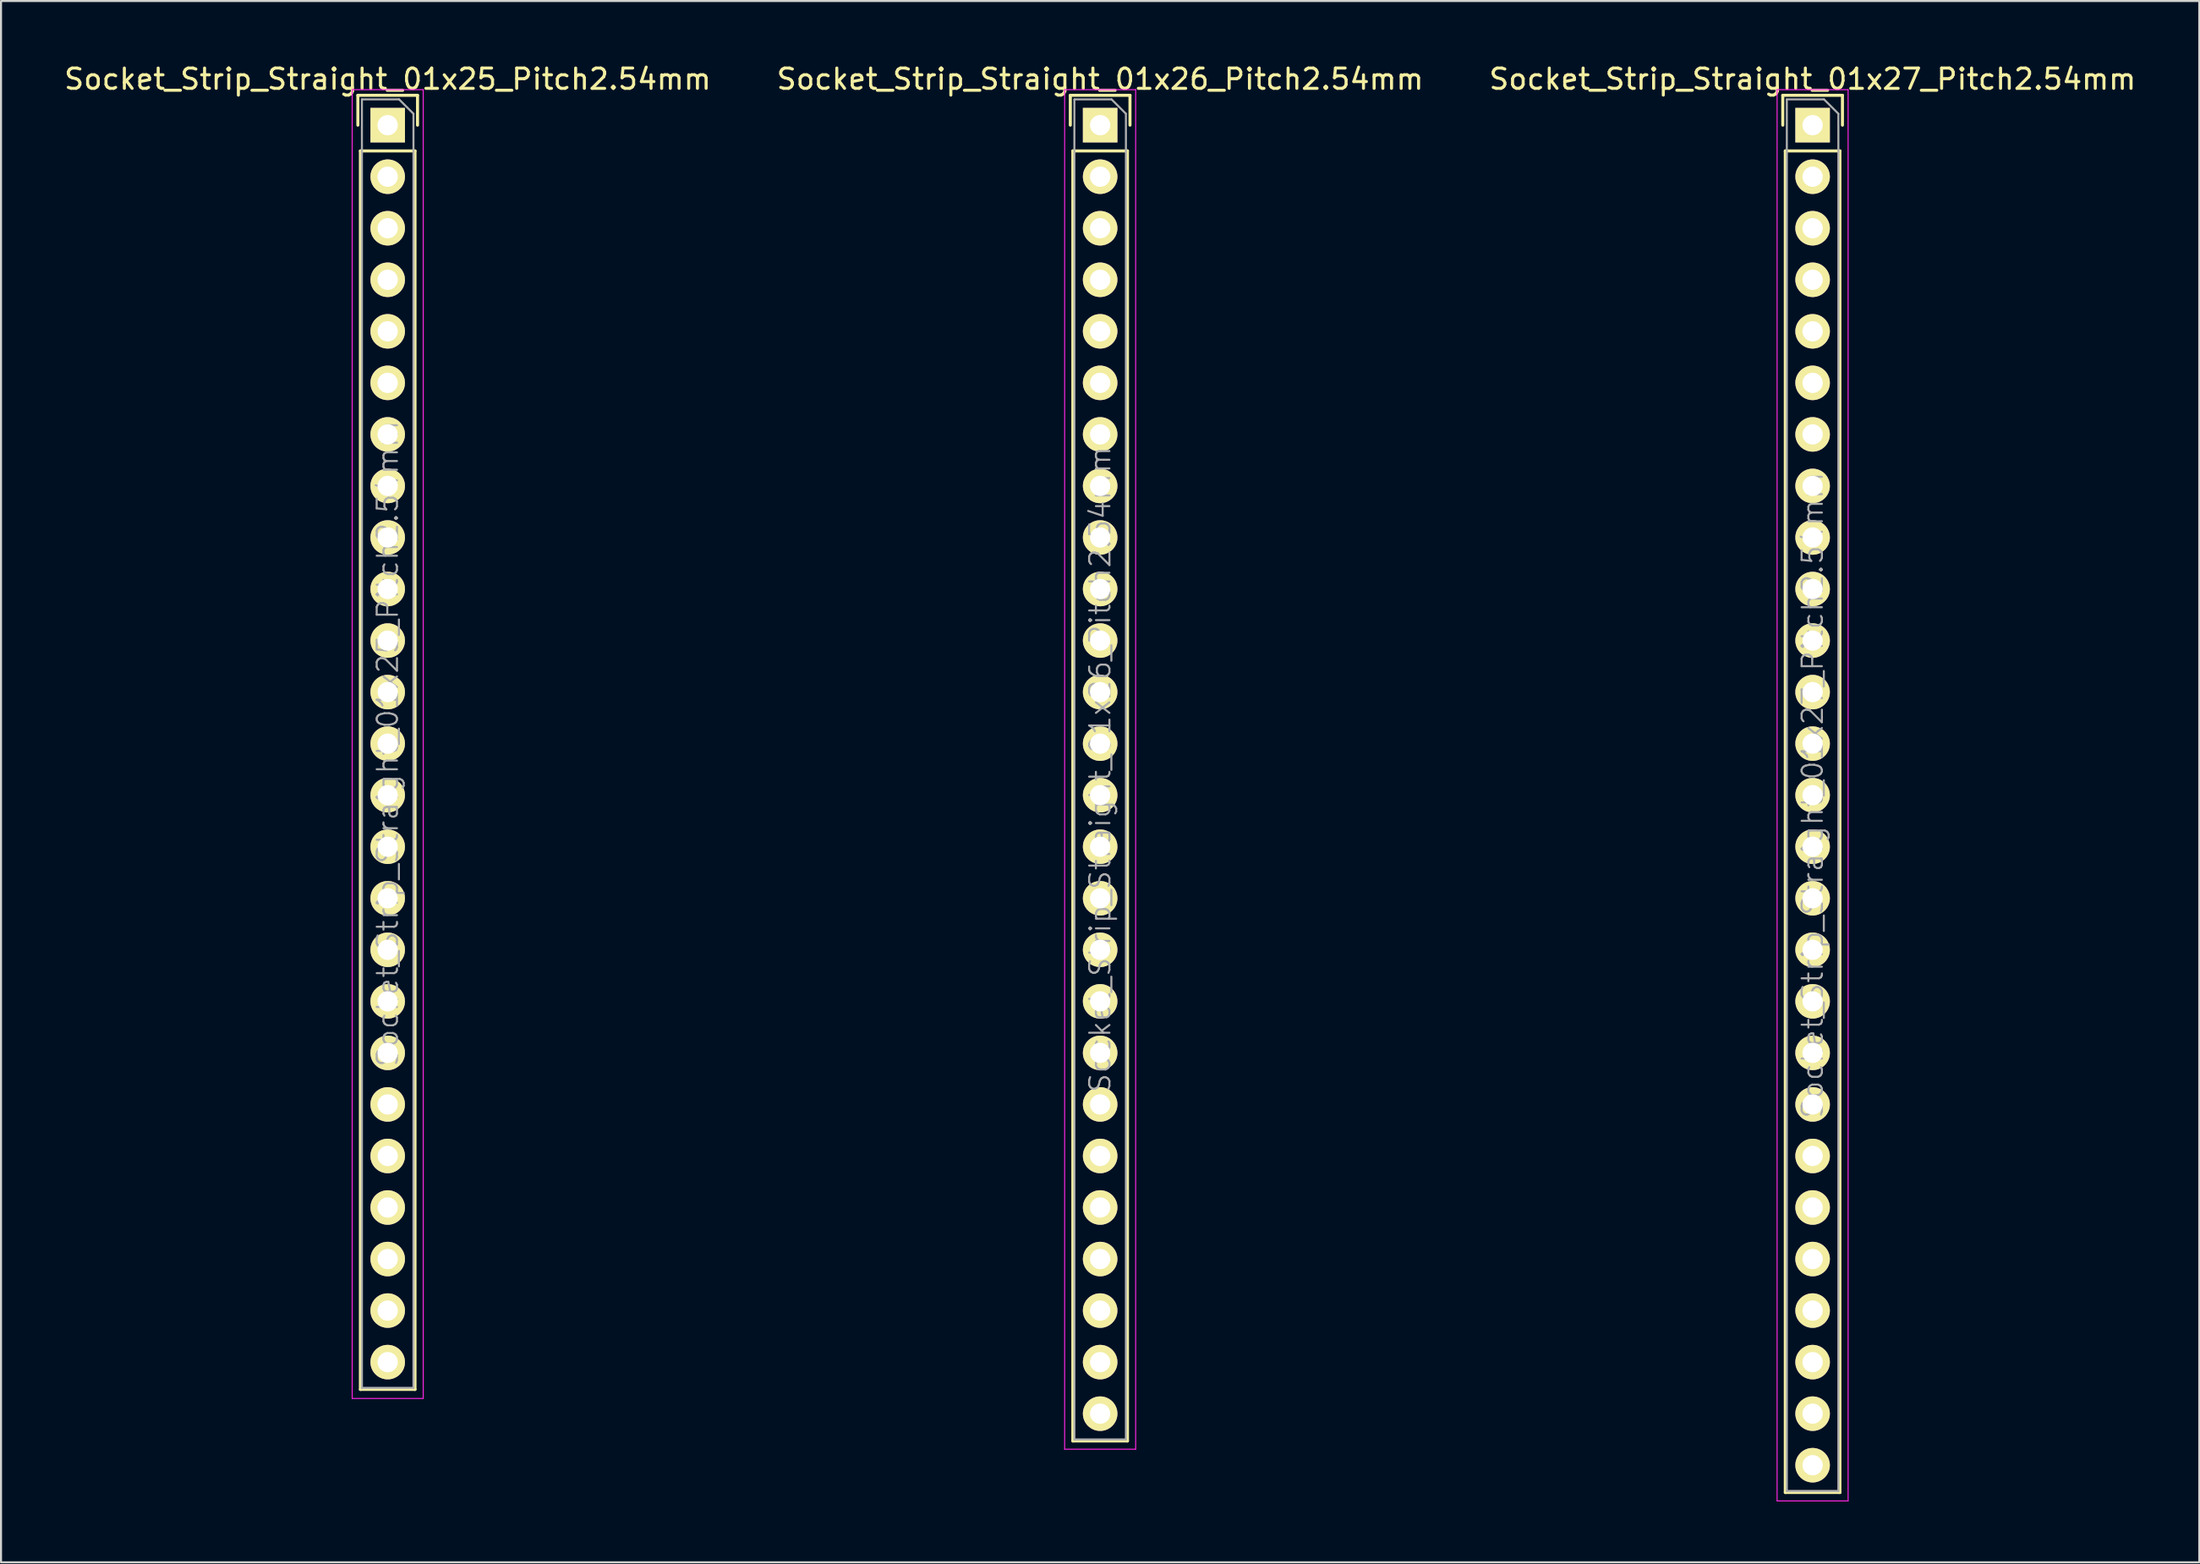
<source format=kicad_pcb>
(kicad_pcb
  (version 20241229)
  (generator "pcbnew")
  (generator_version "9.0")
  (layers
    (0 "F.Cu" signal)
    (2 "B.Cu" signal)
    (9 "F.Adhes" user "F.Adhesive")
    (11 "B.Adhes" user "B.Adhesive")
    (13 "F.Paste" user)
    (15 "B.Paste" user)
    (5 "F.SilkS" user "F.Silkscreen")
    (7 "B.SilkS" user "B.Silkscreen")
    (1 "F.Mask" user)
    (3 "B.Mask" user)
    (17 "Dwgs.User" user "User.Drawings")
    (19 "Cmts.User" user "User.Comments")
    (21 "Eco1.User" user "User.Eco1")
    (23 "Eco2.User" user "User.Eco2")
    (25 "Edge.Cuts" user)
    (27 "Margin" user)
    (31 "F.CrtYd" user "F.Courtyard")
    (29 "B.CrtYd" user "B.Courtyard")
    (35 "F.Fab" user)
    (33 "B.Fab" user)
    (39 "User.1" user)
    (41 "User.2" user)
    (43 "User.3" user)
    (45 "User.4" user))
  (footprint "Socket_Strip_Straight_01x26_Pitch2.54mm"
    (layer "F.Cu")
    (at 51.161 3.118)
    (property "Reference" "Socket_Strip_Straight_01x26_Pitch2.54mm" (at 0 -2.27 0) (layer "F.SilkS") (effects (font (size 1 1) (thickness 0.15))))
    (attr smd)
    (fp_line (start -1.47 -1.47) (end -1.47 0) (stroke (width 0.15) (type solid)) (layer "F.SilkS"))
    (fp_line (start -1.47 -1.47) (end 1.47 -1.47) (stroke (width 0.15) (type solid)) (layer "F.SilkS"))
    (fp_line (start -1.345 1.27) (end -1.345 64.845) (stroke (width 0.15) (type solid)) (layer "F.SilkS"))
    (fp_line (start -1.345 1.27) (end 1.345 1.27) (stroke (width 0.15) (type solid)) (layer "F.SilkS"))
    (fp_line (start -1.345 64.845) (end 1.345 64.845) (stroke (width 0.15) (type solid)) (layer "F.SilkS"))
    (fp_line (start 1.345 1.27) (end 1.345 64.845) (stroke (width 0.15) (type solid)) (layer "F.SilkS"))
    (fp_line (start 1.47 -1.47) (end 1.47 0) (stroke (width 0.15) (type solid)) (layer "F.SilkS"))
    (fp_line (start -1.75 -1.75) (end -1.75 65.25) (stroke (width 0.05) (type solid)) (layer "F.CrtYd"))
    (fp_line (start 1.75 -1.75) (end -1.75 -1.75) (stroke (width 0.05) (type solid)) (layer "F.CrtYd"))
    (fp_line (start 1.75 -1.75) (end 1.75 65.25) (stroke (width 0.05) (type solid)) (layer "F.CrtYd"))
    (fp_line (start 1.75 65.25) (end -1.75 65.25) (stroke (width 0.05) (type solid)) (layer "F.CrtYd"))
    (fp_line (start -1.27 -1.27) (end 0.563 -1.27) (stroke (width 0.1) (type solid)) (layer "F.Fab"))
    (fp_line (start -1.27 64.77) (end -1.27 -1.27) (stroke (width 0.1) (type solid)) (layer "F.Fab"))
    (fp_line (start -1.27 64.77) (end 1.27 64.77) (stroke (width 0.1) (type solid)) (layer "F.Fab"))
    (fp_line (start 1.27 -0.563) (end 0.563 -1.27) (stroke (width 0.1) (type solid)) (layer "F.Fab"))
    (fp_line (start 1.27 64.77) (end 1.27 -0.563) (stroke (width 0.1) (type solid)) (layer "F.Fab"))
    (fp_text user "${REFERENCE}" (at 0 31.75 90) (layer "F.Fab") (effects (font (size 1 1) (thickness 0.1))))
    (pad "1" thru_hole rect (at 0 0) (size 1.7 1.7) (drill 1) (layers "*.Cu" "*.Mask" "F.SilkS"))
    (pad "2" thru_hole oval (at 0 2.54) (size 1.7 1.7) (drill 1) (layers "*.Cu" "*.Mask" "F.SilkS"))
    (pad "3" thru_hole oval (at 0 5.08) (size 1.7 1.7) (drill 1) (layers "*.Cu" "*.Mask" "F.SilkS"))
    (pad "4" thru_hole oval (at 0 7.62) (size 1.7 1.7) (drill 1) (layers "*.Cu" "*.Mask" "F.SilkS"))
    (pad "5" thru_hole oval (at 0 10.16) (size 1.7 1.7) (drill 1) (layers "*.Cu" "*.Mask" "F.SilkS"))
    (pad "6" thru_hole oval (at 0 12.7) (size 1.7 1.7) (drill 1) (layers "*.Cu" "*.Mask" "F.SilkS"))
    (pad "7" thru_hole oval (at 0 15.24) (size 1.7 1.7) (drill 1) (layers "*.Cu" "*.Mask" "F.SilkS"))
    (pad "8" thru_hole oval (at 0 17.78) (size 1.7 1.7) (drill 1) (layers "*.Cu" "*.Mask" "F.SilkS"))
    (pad "9" thru_hole oval (at 0 20.32) (size 1.7 1.7) (drill 1) (layers "*.Cu" "*.Mask" "F.SilkS"))
    (pad "10" thru_hole oval (at 0 22.86) (size 1.7 1.7) (drill 1) (layers "*.Cu" "*.Mask" "F.SilkS"))
    (pad "11" thru_hole oval (at 0 25.4) (size 1.7 1.7) (drill 1) (layers "*.Cu" "*.Mask" "F.SilkS"))
    (pad "12" thru_hole oval (at 0 27.94) (size 1.7 1.7) (drill 1) (layers "*.Cu" "*.Mask" "F.SilkS"))
    (pad "13" thru_hole oval (at 0 30.48) (size 1.7 1.7) (drill 1) (layers "*.Cu" "*.Mask" "F.SilkS"))
    (pad "14" thru_hole oval (at 0 33.02) (size 1.7 1.7) (drill 1) (layers "*.Cu" "*.Mask" "F.SilkS"))
    (pad "15" thru_hole oval (at 0 35.56) (size 1.7 1.7) (drill 1) (layers "*.Cu" "*.Mask" "F.SilkS"))
    (pad "16" thru_hole oval (at 0 38.1) (size 1.7 1.7) (drill 1) (layers "*.Cu" "*.Mask" "F.SilkS"))
    (pad "17" thru_hole oval (at 0 40.64) (size 1.7 1.7) (drill 1) (layers "*.Cu" "*.Mask" "F.SilkS"))
    (pad "18" thru_hole oval (at 0 43.18) (size 1.7 1.7) (drill 1) (layers "*.Cu" "*.Mask" "F.SilkS"))
    (pad "19" thru_hole oval (at 0 45.72) (size 1.7 1.7) (drill 1) (layers "*.Cu" "*.Mask" "F.SilkS"))
    (pad "20" thru_hole oval (at 0 48.26) (size 1.7 1.7) (drill 1) (layers "*.Cu" "*.Mask" "F.SilkS"))
    (pad "21" thru_hole oval (at 0 50.8) (size 1.7 1.7) (drill 1) (layers "*.Cu" "*.Mask" "F.SilkS"))
    (pad "22" thru_hole oval (at 0 53.34) (size 1.7 1.7) (drill 1) (layers "*.Cu" "*.Mask" "F.SilkS"))
    (pad "23" thru_hole oval (at 0 55.88) (size 1.7 1.7) (drill 1) (layers "*.Cu" "*.Mask" "F.SilkS"))
    (pad "24" thru_hole oval (at 0 58.42) (size 1.7 1.7) (drill 1) (layers "*.Cu" "*.Mask" "F.SilkS"))
    (pad "25" thru_hole oval (at 0 60.96) (size 1.7 1.7) (drill 1) (layers "*.Cu" "*.Mask" "F.SilkS"))
    (pad "26" thru_hole oval (at 0 63.5) (size 1.7 1.7) (drill 1) (layers "*.Cu" "*.Mask" "F.SilkS")))
  (footprint "Socket_Strip_Straight_01x27_Pitch2.54mm"
    (layer "F.Cu")
    (at 86.268 3.118)
    (property "Reference" "Socket_Strip_Straight_01x27_Pitch2.54mm" (at 0 -2.27 0) (layer "F.SilkS") (effects (font (size 1 1) (thickness 0.15))))
    (attr smd)
    (fp_line (start -1.47 -1.47) (end -1.47 0) (stroke (width 0.15) (type solid)) (layer "F.SilkS"))
    (fp_line (start -1.47 -1.47) (end 1.47 -1.47) (stroke (width 0.15) (type solid)) (layer "F.SilkS"))
    (fp_line (start -1.345 1.27) (end -1.345 67.385) (stroke (width 0.15) (type solid)) (layer "F.SilkS"))
    (fp_line (start -1.345 1.27) (end 1.345 1.27) (stroke (width 0.15) (type solid)) (layer "F.SilkS"))
    (fp_line (start -1.345 67.385) (end 1.345 67.385) (stroke (width 0.15) (type solid)) (layer "F.SilkS"))
    (fp_line (start 1.345 1.27) (end 1.345 67.385) (stroke (width 0.15) (type solid)) (layer "F.SilkS"))
    (fp_line (start 1.47 -1.47) (end 1.47 0) (stroke (width 0.15) (type solid)) (layer "F.SilkS"))
    (fp_line (start -1.75 -1.75) (end -1.75 67.8) (stroke (width 0.05) (type solid)) (layer "F.CrtYd"))
    (fp_line (start 1.75 -1.75) (end -1.75 -1.75) (stroke (width 0.05) (type solid)) (layer "F.CrtYd"))
    (fp_line (start 1.75 -1.75) (end 1.75 67.8) (stroke (width 0.05) (type solid)) (layer "F.CrtYd"))
    (fp_line (start 1.75 67.8) (end -1.75 67.8) (stroke (width 0.05) (type solid)) (layer "F.CrtYd"))
    (fp_line (start -1.27 -1.27) (end 0.563 -1.27) (stroke (width 0.1) (type solid)) (layer "F.Fab"))
    (fp_line (start -1.27 67.31) (end -1.27 -1.27) (stroke (width 0.1) (type solid)) (layer "F.Fab"))
    (fp_line (start -1.27 67.31) (end 1.27 67.31) (stroke (width 0.1) (type solid)) (layer "F.Fab"))
    (fp_line (start 1.27 -0.563) (end 0.563 -1.27) (stroke (width 0.1) (type solid)) (layer "F.Fab"))
    (fp_line (start 1.27 67.31) (end 1.27 -0.563) (stroke (width 0.1) (type solid)) (layer "F.Fab"))
    (fp_text user "${REFERENCE}" (at 0 33.02 90) (layer "F.Fab") (effects (font (size 1 1) (thickness 0.1))))
    (pad "1" thru_hole rect (at 0 0) (size 1.7 1.7) (drill 1) (layers "*.Cu" "*.Mask" "F.SilkS"))
    (pad "2" thru_hole oval (at 0 2.54) (size 1.7 1.7) (drill 1) (layers "*.Cu" "*.Mask" "F.SilkS"))
    (pad "3" thru_hole oval (at 0 5.08) (size 1.7 1.7) (drill 1) (layers "*.Cu" "*.Mask" "F.SilkS"))
    (pad "4" thru_hole oval (at 0 7.62) (size 1.7 1.7) (drill 1) (layers "*.Cu" "*.Mask" "F.SilkS"))
    (pad "5" thru_hole oval (at 0 10.16) (size 1.7 1.7) (drill 1) (layers "*.Cu" "*.Mask" "F.SilkS"))
    (pad "6" thru_hole oval (at 0 12.7) (size 1.7 1.7) (drill 1) (layers "*.Cu" "*.Mask" "F.SilkS"))
    (pad "7" thru_hole oval (at 0 15.24) (size 1.7 1.7) (drill 1) (layers "*.Cu" "*.Mask" "F.SilkS"))
    (pad "8" thru_hole oval (at 0 17.78) (size 1.7 1.7) (drill 1) (layers "*.Cu" "*.Mask" "F.SilkS"))
    (pad "9" thru_hole oval (at 0 20.32) (size 1.7 1.7) (drill 1) (layers "*.Cu" "*.Mask" "F.SilkS"))
    (pad "10" thru_hole oval (at 0 22.86) (size 1.7 1.7) (drill 1) (layers "*.Cu" "*.Mask" "F.SilkS"))
    (pad "11" thru_hole oval (at 0 25.4) (size 1.7 1.7) (drill 1) (layers "*.Cu" "*.Mask" "F.SilkS"))
    (pad "12" thru_hole oval (at 0 27.94) (size 1.7 1.7) (drill 1) (layers "*.Cu" "*.Mask" "F.SilkS"))
    (pad "13" thru_hole oval (at 0 30.48) (size 1.7 1.7) (drill 1) (layers "*.Cu" "*.Mask" "F.SilkS"))
    (pad "14" thru_hole oval (at 0 33.02) (size 1.7 1.7) (drill 1) (layers "*.Cu" "*.Mask" "F.SilkS"))
    (pad "15" thru_hole oval (at 0 35.56) (size 1.7 1.7) (drill 1) (layers "*.Cu" "*.Mask" "F.SilkS"))
    (pad "16" thru_hole oval (at 0 38.1) (size 1.7 1.7) (drill 1) (layers "*.Cu" "*.Mask" "F.SilkS"))
    (pad "17" thru_hole oval (at 0 40.64) (size 1.7 1.7) (drill 1) (layers "*.Cu" "*.Mask" "F.SilkS"))
    (pad "18" thru_hole oval (at 0 43.18) (size 1.7 1.7) (drill 1) (layers "*.Cu" "*.Mask" "F.SilkS"))
    (pad "19" thru_hole oval (at 0 45.72) (size 1.7 1.7) (drill 1) (layers "*.Cu" "*.Mask" "F.SilkS"))
    (pad "20" thru_hole oval (at 0 48.26) (size 1.7 1.7) (drill 1) (layers "*.Cu" "*.Mask" "F.SilkS"))
    (pad "21" thru_hole oval (at 0 50.8) (size 1.7 1.7) (drill 1) (layers "*.Cu" "*.Mask" "F.SilkS"))
    (pad "22" thru_hole oval (at 0 53.34) (size 1.7 1.7) (drill 1) (layers "*.Cu" "*.Mask" "F.SilkS"))
    (pad "23" thru_hole oval (at 0 55.88) (size 1.7 1.7) (drill 1) (layers "*.Cu" "*.Mask" "F.SilkS"))
    (pad "24" thru_hole oval (at 0 58.42) (size 1.7 1.7) (drill 1) (layers "*.Cu" "*.Mask" "F.SilkS"))
    (pad "25" thru_hole oval (at 0 60.96) (size 1.7 1.7) (drill 1) (layers "*.Cu" "*.Mask" "F.SilkS"))
    (pad "26" thru_hole oval (at 0 63.5) (size 1.7 1.7) (drill 1) (layers "*.Cu" "*.Mask" "F.SilkS"))
    (pad "27" thru_hole oval (at 0 66.04) (size 1.7 1.7) (drill 1) (layers "*.Cu" "*.Mask" "F.SilkS")))
  (footprint "Socket_Strip_Straight_01x25_Pitch2.54mm"
    (layer "F.Cu")
    (at 16.054 3.118)
    (property "Reference" "Socket_Strip_Straight_01x25_Pitch2.54mm" (at 0 -2.27 0) (layer "F.SilkS") (effects (font (size 1 1) (thickness 0.15))))
    (attr smd)
    (fp_line (start -1.47 -1.47) (end -1.47 0) (stroke (width 0.15) (type solid)) (layer "F.SilkS"))
    (fp_line (start -1.47 -1.47) (end 1.47 -1.47) (stroke (width 0.15) (type solid)) (layer "F.SilkS"))
    (fp_line (start -1.345 1.27) (end -1.345 62.305) (stroke (width 0.15) (type solid)) (layer "F.SilkS"))
    (fp_line (start -1.345 1.27) (end 1.345 1.27) (stroke (width 0.15) (type solid)) (layer "F.SilkS"))
    (fp_line (start -1.345 62.305) (end 1.345 62.305) (stroke (width 0.15) (type solid)) (layer "F.SilkS"))
    (fp_line (start 1.345 1.27) (end 1.345 62.305) (stroke (width 0.15) (type solid)) (layer "F.SilkS"))
    (fp_line (start 1.47 -1.47) (end 1.47 0) (stroke (width 0.15) (type solid)) (layer "F.SilkS"))
    (fp_line (start -1.75 -1.75) (end -1.75 62.75) (stroke (width 0.05) (type solid)) (layer "F.CrtYd"))
    (fp_line (start 1.75 -1.75) (end -1.75 -1.75) (stroke (width 0.05) (type solid)) (layer "F.CrtYd"))
    (fp_line (start 1.75 -1.75) (end 1.75 62.75) (stroke (width 0.05) (type solid)) (layer "F.CrtYd"))
    (fp_line (start 1.75 62.75) (end -1.75 62.75) (stroke (width 0.05) (type solid)) (layer "F.CrtYd"))
    (fp_line (start -1.27 -1.27) (end 0.563 -1.27) (stroke (width 0.1) (type solid)) (layer "F.Fab"))
    (fp_line (start -1.27 62.23) (end -1.27 -1.27) (stroke (width 0.1) (type solid)) (layer "F.Fab"))
    (fp_line (start -1.27 62.23) (end 1.27 62.23) (stroke (width 0.1) (type solid)) (layer "F.Fab"))
    (fp_line (start 1.27 -0.563) (end 0.563 -1.27) (stroke (width 0.1) (type solid)) (layer "F.Fab"))
    (fp_line (start 1.27 62.23) (end 1.27 -0.563) (stroke (width 0.1) (type solid)) (layer "F.Fab"))
    (fp_text user "${REFERENCE}" (at 0 30.48 90) (layer "F.Fab") (effects (font (size 1 1) (thickness 0.1))))
    (pad "1" thru_hole rect (at 0 0) (size 1.7 1.7) (drill 1) (layers "*.Cu" "*.Mask" "F.SilkS"))
    (pad "2" thru_hole oval (at 0 2.54) (size 1.7 1.7) (drill 1) (layers "*.Cu" "*.Mask" "F.SilkS"))
    (pad "3" thru_hole oval (at 0 5.08) (size 1.7 1.7) (drill 1) (layers "*.Cu" "*.Mask" "F.SilkS"))
    (pad "4" thru_hole oval (at 0 7.62) (size 1.7 1.7) (drill 1) (layers "*.Cu" "*.Mask" "F.SilkS"))
    (pad "5" thru_hole oval (at 0 10.16) (size 1.7 1.7) (drill 1) (layers "*.Cu" "*.Mask" "F.SilkS"))
    (pad "6" thru_hole oval (at 0 12.7) (size 1.7 1.7) (drill 1) (layers "*.Cu" "*.Mask" "F.SilkS"))
    (pad "7" thru_hole oval (at 0 15.24) (size 1.7 1.7) (drill 1) (layers "*.Cu" "*.Mask" "F.SilkS"))
    (pad "8" thru_hole oval (at 0 17.78) (size 1.7 1.7) (drill 1) (layers "*.Cu" "*.Mask" "F.SilkS"))
    (pad "9" thru_hole oval (at 0 20.32) (size 1.7 1.7) (drill 1) (layers "*.Cu" "*.Mask" "F.SilkS"))
    (pad "10" thru_hole oval (at 0 22.86) (size 1.7 1.7) (drill 1) (layers "*.Cu" "*.Mask" "F.SilkS"))
    (pad "11" thru_hole oval (at 0 25.4) (size 1.7 1.7) (drill 1) (layers "*.Cu" "*.Mask" "F.SilkS"))
    (pad "12" thru_hole oval (at 0 27.94) (size 1.7 1.7) (drill 1) (layers "*.Cu" "*.Mask" "F.SilkS"))
    (pad "13" thru_hole oval (at 0 30.48) (size 1.7 1.7) (drill 1) (layers "*.Cu" "*.Mask" "F.SilkS"))
    (pad "14" thru_hole oval (at 0 33.02) (size 1.7 1.7) (drill 1) (layers "*.Cu" "*.Mask" "F.SilkS"))
    (pad "15" thru_hole oval (at 0 35.56) (size 1.7 1.7) (drill 1) (layers "*.Cu" "*.Mask" "F.SilkS"))
    (pad "16" thru_hole oval (at 0 38.1) (size 1.7 1.7) (drill 1) (layers "*.Cu" "*.Mask" "F.SilkS"))
    (pad "17" thru_hole oval (at 0 40.64) (size 1.7 1.7) (drill 1) (layers "*.Cu" "*.Mask" "F.SilkS"))
    (pad "18" thru_hole oval (at 0 43.18) (size 1.7 1.7) (drill 1) (layers "*.Cu" "*.Mask" "F.SilkS"))
    (pad "19" thru_hole oval (at 0 45.72) (size 1.7 1.7) (drill 1) (layers "*.Cu" "*.Mask" "F.SilkS"))
    (pad "20" thru_hole oval (at 0 48.26) (size 1.7 1.7) (drill 1) (layers "*.Cu" "*.Mask" "F.SilkS"))
    (pad "21" thru_hole oval (at 0 50.8) (size 1.7 1.7) (drill 1) (layers "*.Cu" "*.Mask" "F.SilkS"))
    (pad "22" thru_hole oval (at 0 53.34) (size 1.7 1.7) (drill 1) (layers "*.Cu" "*.Mask" "F.SilkS"))
    (pad "23" thru_hole oval (at 0 55.88) (size 1.7 1.7) (drill 1) (layers "*.Cu" "*.Mask" "F.SilkS"))
    (pad "24" thru_hole oval (at 0 58.42) (size 1.7 1.7) (drill 1) (layers "*.Cu" "*.Mask" "F.SilkS"))
    (pad "25" thru_hole oval (at 0 60.96) (size 1.7 1.7) (drill 1) (layers "*.Cu" "*.Mask" "F.SilkS")))
  (gr_rect
    (start -3 -3)
    (end 105.321 73.943)
    (stroke (width 0.1) (type default))
    (fill no)
    (layer "Edge.Cuts")))
</source>
